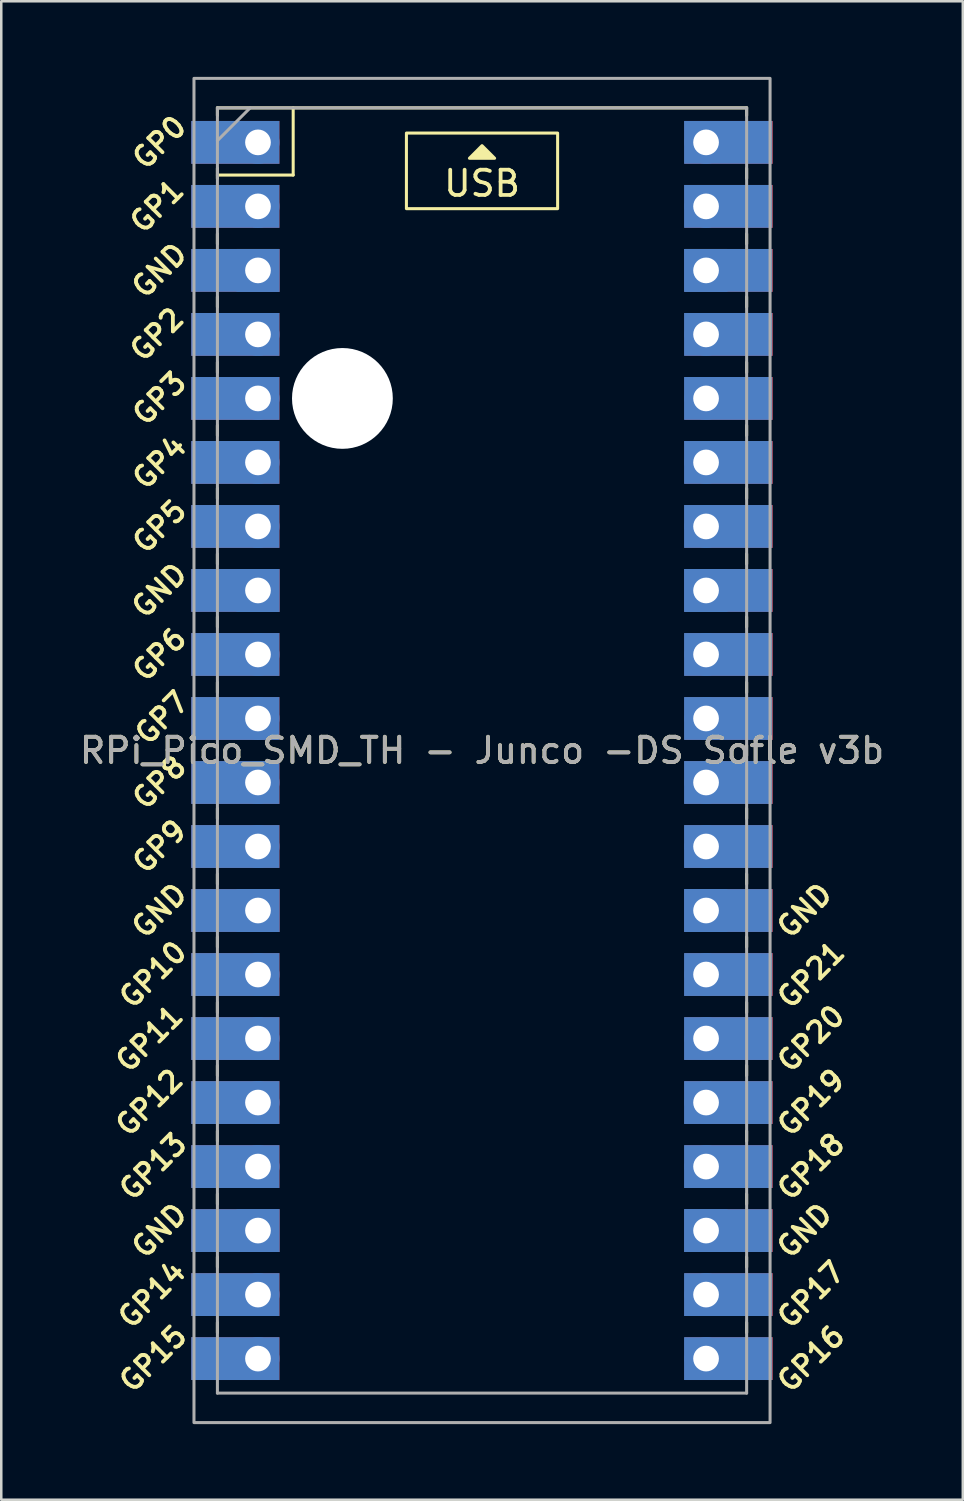
<source format=kicad_pcb>
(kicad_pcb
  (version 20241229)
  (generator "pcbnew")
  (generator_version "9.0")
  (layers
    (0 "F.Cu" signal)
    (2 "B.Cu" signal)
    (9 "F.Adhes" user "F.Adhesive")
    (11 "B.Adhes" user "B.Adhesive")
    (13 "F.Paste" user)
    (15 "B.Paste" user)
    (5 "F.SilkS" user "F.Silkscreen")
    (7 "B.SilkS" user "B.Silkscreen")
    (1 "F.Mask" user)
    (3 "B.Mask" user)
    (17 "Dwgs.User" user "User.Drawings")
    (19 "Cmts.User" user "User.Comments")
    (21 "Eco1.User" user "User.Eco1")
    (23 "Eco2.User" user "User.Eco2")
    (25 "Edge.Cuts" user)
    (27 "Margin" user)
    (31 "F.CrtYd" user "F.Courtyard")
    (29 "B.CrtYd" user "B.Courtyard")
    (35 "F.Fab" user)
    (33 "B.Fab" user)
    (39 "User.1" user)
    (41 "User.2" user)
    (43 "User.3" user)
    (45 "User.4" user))
  (footprint "RPi_Pico_SMD_TH - Junco -DS Sofle v3b"
    (layer "F.Cu")
    (at 16.077 26.73)
    (property "Reference" "RPi_Pico_SMD_TH - Junco -DS Sofle v3b" (at 0 0 0) (layer "F.SilkS") (effects (font (size 1 1) (thickness 0.15))))
    (attr through_hole)
    (fp_line (start -10.5 -25.5) (end -10.5 -25.2) (stroke (width 0.12) (type solid)) (layer "F.SilkS"))
    (fp_line (start -10.5 -25.5) (end 10.5 -25.5) (stroke (width 0.12) (type solid)) (layer "F.SilkS"))
    (fp_line (start -10.5 -23.1) (end -10.5 -22.7) (stroke (width 0.12) (type solid)) (layer "F.SilkS"))
    (fp_line (start -10.5 -22.833) (end -7.493 -22.833) (stroke (width 0.12) (type solid)) (layer "F.SilkS"))
    (fp_line (start -10.5 -20.5) (end -10.5 -20.1) (stroke (width 0.12) (type solid)) (layer "F.SilkS"))
    (fp_line (start -10.5 -18) (end -10.5 -17.6) (stroke (width 0.12) (type solid)) (layer "F.SilkS"))
    (fp_line (start -10.5 -15.4) (end -10.5 -15) (stroke (width 0.12) (type solid)) (layer "F.SilkS"))
    (fp_line (start -10.5 -12.9) (end -10.5 -12.5) (stroke (width 0.12) (type solid)) (layer "F.SilkS"))
    (fp_line (start -10.5 -10.4) (end -10.5 -10) (stroke (width 0.12) (type solid)) (layer "F.SilkS"))
    (fp_line (start -10.5 -7.8) (end -10.5 -7.4) (stroke (width 0.12) (type solid)) (layer "F.SilkS"))
    (fp_line (start -10.5 -5.3) (end -10.5 -4.9) (stroke (width 0.12) (type solid)) (layer "F.SilkS"))
    (fp_line (start -10.5 -2.7) (end -10.5 -2.3) (stroke (width 0.12) (type solid)) (layer "F.SilkS"))
    (fp_line (start -10.5 -0.2) (end -10.5 0.2) (stroke (width 0.12) (type solid)) (layer "F.SilkS"))
    (fp_line (start -10.5 2.3) (end -10.5 2.7) (stroke (width 0.12) (type solid)) (layer "F.SilkS"))
    (fp_line (start -10.5 4.9) (end -10.5 5.3) (stroke (width 0.12) (type solid)) (layer "F.SilkS"))
    (fp_line (start -10.5 7.4) (end -10.5 7.8) (stroke (width 0.12) (type solid)) (layer "F.SilkS"))
    (fp_line (start -10.5 10) (end -10.5 10.4) (stroke (width 0.12) (type solid)) (layer "F.SilkS"))
    (fp_line (start -10.5 12.5) (end -10.5 12.9) (stroke (width 0.12) (type solid)) (layer "F.SilkS"))
    (fp_line (start -10.5 15.1) (end -10.5 15.5) (stroke (width 0.12) (type solid)) (layer "F.SilkS"))
    (fp_line (start -10.5 17.6) (end -10.5 18) (stroke (width 0.12) (type solid)) (layer "F.SilkS"))
    (fp_line (start -10.5 20.1) (end -10.5 20.5) (stroke (width 0.12) (type solid)) (layer "F.SilkS"))
    (fp_line (start -10.5 22.7) (end -10.5 23.1) (stroke (width 0.12) (type solid)) (layer "F.SilkS"))
    (fp_line (start -7.493 -22.833) (end -7.493 -25.5) (stroke (width 0.12) (type solid)) (layer "F.SilkS"))
    (fp_line (start 10.5 -25.5) (end 10.5 -25.2) (stroke (width 0.12) (type solid)) (layer "F.SilkS"))
    (fp_line (start 10.5 -23.1) (end 10.5 -22.7) (stroke (width 0.12) (type solid)) (layer "F.SilkS"))
    (fp_line (start 10.5 -20.5) (end 10.5 -20.1) (stroke (width 0.12) (type solid)) (layer "F.SilkS"))
    (fp_line (start 10.5 -18) (end 10.5 -17.6) (stroke (width 0.12) (type solid)) (layer "F.SilkS"))
    (fp_line (start 10.5 -15.4) (end 10.5 -15) (stroke (width 0.12) (type solid)) (layer "F.SilkS"))
    (fp_line (start 10.5 -12.9) (end 10.5 -12.5) (stroke (width 0.12) (type solid)) (layer "F.SilkS"))
    (fp_line (start 10.5 -10.4) (end 10.5 -10) (stroke (width 0.12) (type solid)) (layer "F.SilkS"))
    (fp_line (start 10.5 -7.8) (end 10.5 -7.4) (stroke (width 0.12) (type solid)) (layer "F.SilkS"))
    (fp_line (start 10.5 -5.3) (end 10.5 -4.9) (stroke (width 0.12) (type solid)) (layer "F.SilkS"))
    (fp_line (start 10.5 -2.7) (end 10.5 -2.3) (stroke (width 0.12) (type solid)) (layer "F.SilkS"))
    (fp_line (start 10.5 -0.2) (end 10.5 0.2) (stroke (width 0.12) (type solid)) (layer "F.SilkS"))
    (fp_line (start 10.5 2.3) (end 10.5 2.7) (stroke (width 0.12) (type solid)) (layer "F.SilkS"))
    (fp_line (start 10.5 4.9) (end 10.5 5.3) (stroke (width 0.12) (type solid)) (layer "F.SilkS"))
    (fp_line (start 10.5 7.4) (end 10.5 7.8) (stroke (width 0.12) (type solid)) (layer "F.SilkS"))
    (fp_line (start 10.5 10) (end 10.5 10.4) (stroke (width 0.12) (type solid)) (layer "F.SilkS"))
    (fp_line (start 10.5 12.5) (end 10.5 12.9) (stroke (width 0.12) (type solid)) (layer "F.SilkS"))
    (fp_line (start 10.5 15.1) (end 10.5 15.5) (stroke (width 0.12) (type solid)) (layer "F.SilkS"))
    (fp_line (start 10.5 17.6) (end 10.5 18) (stroke (width 0.12) (type solid)) (layer "F.SilkS"))
    (fp_line (start 10.5 20.1) (end 10.5 20.5) (stroke (width 0.12) (type solid)) (layer "F.SilkS"))
    (fp_line (start 10.5 22.7) (end 10.5 23.1) (stroke (width 0.12) (type solid)) (layer "F.SilkS"))
    (fp_rect (start -3 -24.5) (end 3 -21.5) (stroke (width 0.12) (type solid)) (fill no) (layer "F.SilkS"))
    (fp_poly (pts (xy 0.5 -23.5) (xy -0.5 -23.5) (xy 0 -24)) (stroke (width 0.12) (type solid)) (fill yes) (layer "F.SilkS"))
    (fp_line (start -10.5 -25.5) (end 10.5 -25.5) (stroke (width 0.12) (type solid)) (layer "F.Fab"))
    (fp_line (start -10.5 -24.2) (end -9.2 -25.5) (stroke (width 0.12) (type solid)) (layer "F.Fab"))
    (fp_line (start -10.5 25.5) (end -10.5 -25.5) (stroke (width 0.12) (type solid)) (layer "F.Fab"))
    (fp_line (start 10.5 -25.5) (end 10.5 25.5) (stroke (width 0.12) (type solid)) (layer "F.Fab"))
    (fp_line (start 10.5 25.5) (end -10.5 25.5) (stroke (width 0.12) (type solid)) (layer "F.Fab"))
    (fp_rect (start -11.43 -26.67) (end 11.43 26.67) (stroke (width 0.12) (type solid)) (fill no) (layer "F.Fab"))
    (fp_text user "GP9" (at -12.8 3.81 45) (layer "F.SilkS") (effects (font (size 0.8 0.8) (thickness 0.15))))
    (fp_text user "GP8" (at -12.8 1.27 45) (layer "F.SilkS") (effects (font (size 0.8 0.8) (thickness 0.15))))
    (fp_text user "GND" (at -12.8 19.05 45) (layer "F.SilkS") (effects (font (size 0.8 0.8) (thickness 0.15))))
    (fp_text user "GP2" (at -12.9 -16.51 45) (layer "F.SilkS") (effects (font (size 0.8 0.8) (thickness 0.15))))
    (fp_text user "GP14" (at -13.1 21.59 45) (layer "F.SilkS") (effects (font (size 0.8 0.8) (thickness 0.15))))
    (fp_text user "GP4" (at -12.8 -11.43 45) (layer "F.SilkS") (effects (font (size 0.8 0.8) (thickness 0.15))))
    (fp_text user "GP21" (at 13.054 8.9 45) (layer "F.SilkS") (effects (font (size 0.8 0.8) (thickness 0.15))))
    (fp_text user "GP12" (at -13.2 13.97 45) (layer "F.SilkS") (effects (font (size 0.8 0.8) (thickness 0.15))))
    (fp_text user "GND" (at 12.8 6.35 45) (layer "F.SilkS") (effects (font (size 0.8 0.8) (thickness 0.15))))
    (fp_text user "GP13" (at -13.054 16.51 45) (layer "F.SilkS") (effects (font (size 0.8 0.8) (thickness 0.15))))
    (fp_text user "GP10" (at -13.054 8.89 45) (layer "F.SilkS") (effects (font (size 0.8 0.8) (thickness 0.15))))
    (fp_text user "GP11" (at -13.2 11.43 45) (layer "F.SilkS") (effects (font (size 0.8 0.8) (thickness 0.15))))
    (fp_text user "GP20" (at 13.054 11.43 45) (layer "F.SilkS") (effects (font (size 0.8 0.8) (thickness 0.15))))
    (fp_text user "GP6" (at -12.8 -3.81 45) (layer "F.SilkS") (effects (font (size 0.8 0.8) (thickness 0.15))))
    (fp_text user "GP18" (at 13.054 16.51 45) (layer "F.SilkS") (effects (font (size 0.8 0.8) (thickness 0.15))))
    (fp_text user "GND" (at -12.8 6.35 45) (layer "F.SilkS") (effects (font (size 0.8 0.8) (thickness 0.15))))
    (fp_text user "GP17" (at 13.054 21.59 45) (layer "F.SilkS") (effects (font (size 0.8 0.8) (thickness 0.15))))
    (fp_text user "USB" (at 0 -22.5 0) (unlocked yes) (layer "F.SilkS") (effects (font (size 1 1) (thickness 0.15))))
    (fp_text user "GP3" (at -12.8 -13.97 45) (layer "F.SilkS") (effects (font (size 0.8 0.8) (thickness 0.15))))
    (fp_text user "GND" (at -12.8 -19.05 45) (layer "F.SilkS") (effects (font (size 0.8 0.8) (thickness 0.15))))
    (fp_text user "GP1" (at -12.9 -21.6 45) (layer "F.SilkS") (effects (font (size 0.8 0.8) (thickness 0.15))))
    (fp_text user "GP7" (at -12.7 -1.3 45) (layer "F.SilkS") (effects (font (size 0.8 0.8) (thickness 0.15))))
    (fp_text user "GP0" (at -12.8 -24.13 45) (layer "F.SilkS") (effects (font (size 0.8 0.8) (thickness 0.15))))
    (fp_text user "GP16" (at 13.054 24.13 45) (layer "F.SilkS") (effects (font (size 0.8 0.8) (thickness 0.15))))
    (fp_text user "GP19" (at 13.054 13.97 45) (layer "F.SilkS") (effects (font (size 0.8 0.8) (thickness 0.15))))
    (fp_text user "GP5" (at -12.8 -8.89 45) (layer "F.SilkS") (effects (font (size 0.8 0.8) (thickness 0.15))))
    (fp_text user "GND" (at 12.8 19.05 45) (layer "F.SilkS") (effects (font (size 0.8 0.8) (thickness 0.15))))
    (fp_text user "GP15" (at -13.054 24.13 45) (layer "F.SilkS") (effects (font (size 0.8 0.8) (thickness 0.15))))
    (fp_text user "GND" (at -12.8 -6.35 45) (layer "F.SilkS") (effects (font (size 0.8 0.8) (thickness 0.15))))
    (fp_text user "${REFERENCE}" (at 0 0 180) (layer "F.Fab") (effects (font (size 1 1) (thickness 0.15))))
    (pad "" np_thru_hole circle (at -5.54 -13.97) (size 4 4) (drill 4) (layers "*.Cu" "*.Mask"))
    (pad "1" smd rect (at -10.69 -24.13) (size 3.5 1.7) (drill (offset 0.9 0)) (layers "B.Cu" "B.Mask"))
    (pad "1" thru_hole oval (at -8.89 -24.13) (size 1.7 1.7) (drill 1.02) (layers "*.Cu" "*.Mask"))
    (pad "1" smd rect (at -8.89 -24.13) (size 3.5 1.7) (drill (offset -0.9 0)) (layers "F.Cu" "F.Mask"))
    (pad "2" smd rect (at -10.69 -21.59) (size 3.5 1.7) (drill (offset 0.9 0)) (layers "B.Cu" "B.Mask"))
    (pad "2" thru_hole oval (at -8.89 -21.59) (size 1.7 1.7) (drill 1.02) (layers "*.Cu" "*.Mask"))
    (pad "2" smd rect (at -8.89 -21.59) (size 3.5 1.7) (drill (offset -0.9 0)) (layers "F.Cu" "F.Mask"))
    (pad "3" smd rect (at -10.69 -19.05) (size 3.5 1.7) (drill (offset 0.9 0)) (layers "B.Cu" "B.Mask"))
    (pad "3" thru_hole rect (at -8.89 -19.05) (size 1.7 1.7) (drill 1.02) (layers "*.Cu" "*.Mask"))
    (pad "3" smd rect (at -8.89 -19.05) (size 3.5 1.7) (drill (offset -0.9 0)) (layers "F.Cu" "F.Mask"))
    (pad "4" smd rect (at -10.69 -16.51) (size 3.5 1.7) (drill (offset 0.9 0)) (layers "B.Cu" "B.Mask"))
    (pad "4" thru_hole oval (at -8.89 -16.51) (size 1.7 1.7) (drill 1.02) (layers "*.Cu" "*.Mask"))
    (pad "4" smd rect (at -8.89 -16.51) (size 3.5 1.7) (drill (offset -0.9 0)) (layers "F.Cu" "F.Mask"))
    (pad "5" smd rect (at -10.69 -13.97) (size 3.5 1.7) (drill (offset 0.9 0)) (layers "B.Cu" "B.Mask"))
    (pad "5" thru_hole oval (at -8.89 -13.97) (size 1.7 1.7) (drill 1.02) (layers "*.Cu" "*.Mask"))
    (pad "5" smd rect (at -8.89 -13.97) (size 3.5 1.7) (drill (offset -0.9 0)) (layers "F.Cu" "F.Mask"))
    (pad "6" smd rect (at -10.69 -11.43) (size 3.5 1.7) (drill (offset 0.9 0)) (layers "B.Cu" "B.Mask"))
    (pad "6" thru_hole oval (at -8.89 -11.43) (size 1.7 1.7) (drill 1.02) (layers "*.Cu" "*.Mask"))
    (pad "6" smd rect (at -8.89 -11.43) (size 3.5 1.7) (drill (offset -0.9 0)) (layers "F.Cu" "F.Mask"))
    (pad "7" smd rect (at -10.69 -8.89) (size 3.5 1.7) (drill (offset 0.9 0)) (layers "B.Cu" "B.Mask"))
    (pad "7" thru_hole oval (at -8.89 -8.89) (size 1.7 1.7) (drill 1.02) (layers "*.Cu" "*.Mask"))
    (pad "7" smd rect (at -8.89 -8.89) (size 3.5 1.7) (drill (offset -0.9 0)) (layers "F.Cu" "F.Mask"))
    (pad "8" smd rect (at -10.69 -6.35) (size 3.5 1.7) (drill (offset 0.9 0)) (layers "B.Cu" "B.Mask"))
    (pad "8" thru_hole rect (at -8.89 -6.35) (size 1.7 1.7) (drill 1.02) (layers "*.Cu" "*.Mask"))
    (pad "8" smd rect (at -8.89 -6.35) (size 3.5 1.7) (drill (offset -0.9 0)) (layers "F.Cu" "F.Mask"))
    (pad "9" smd rect (at -10.69 -3.81) (size 3.5 1.7) (drill (offset 0.9 0)) (layers "B.Cu" "B.Mask"))
    (pad "9" thru_hole oval (at -8.89 -3.81) (size 1.7 1.7) (drill 1.02) (layers "*.Cu" "*.Mask"))
    (pad "9" smd rect (at -8.89 -3.81) (size 3.5 1.7) (drill (offset -0.9 0)) (layers "F.Cu" "F.Mask"))
    (pad "10" smd rect (at -10.69 -1.27) (size 3.5 1.7) (drill (offset 0.9 0)) (layers "B.Cu" "B.Mask"))
    (pad "10" thru_hole oval (at -8.89 -1.27) (size 1.7 1.7) (drill 1.02) (layers "*.Cu" "*.Mask"))
    (pad "10" smd rect (at -8.89 -1.27) (size 3.5 1.7) (drill (offset -0.9 0)) (layers "F.Cu" "F.Mask"))
    (pad "11" smd rect (at -10.69 1.27) (size 3.5 1.7) (drill (offset 0.9 0)) (layers "B.Cu" "B.Mask"))
    (pad "11" thru_hole oval (at -8.89 1.27) (size 1.7 1.7) (drill 1.02) (layers "*.Cu" "*.Mask"))
    (pad "11" smd rect (at -8.89 1.27) (size 3.5 1.7) (drill (offset -0.9 0)) (layers "F.Cu" "F.Mask"))
    (pad "12" smd rect (at -10.69 3.81) (size 3.5 1.7) (drill (offset 0.9 0)) (layers "B.Cu" "B.Mask"))
    (pad "12" thru_hole oval (at -8.89 3.81) (size 1.7 1.7) (drill 1.02) (layers "*.Cu" "*.Mask"))
    (pad "12" smd rect (at -8.89 3.81) (size 3.5 1.7) (drill (offset -0.9 0)) (layers "F.Cu" "F.Mask"))
    (pad "13" smd rect (at -10.69 6.35) (size 3.5 1.7) (drill (offset 0.9 0)) (layers "B.Cu" "B.Mask"))
    (pad "13" thru_hole rect (at -8.89 6.35) (size 1.7 1.7) (drill 1.02) (layers "*.Cu" "*.Mask"))
    (pad "13" smd rect (at -8.89 6.35) (size 3.5 1.7) (drill (offset -0.9 0)) (layers "F.Cu" "F.Mask"))
    (pad "14" smd rect (at -10.69 8.89) (size 3.5 1.7) (drill (offset 0.9 0)) (layers "B.Cu" "B.Mask"))
    (pad "14" thru_hole oval (at -8.89 8.89) (size 1.7 1.7) (drill 1.02) (layers "*.Cu" "*.Mask"))
    (pad "14" smd rect (at -8.89 8.89) (size 3.5 1.7) (drill (offset -0.9 0)) (layers "F.Cu" "F.Mask"))
    (pad "15" smd rect (at -10.69 11.43) (size 3.5 1.7) (drill (offset 0.9 0)) (layers "B.Cu" "B.Mask"))
    (pad "15" thru_hole oval (at -8.89 11.43) (size 1.7 1.7) (drill 1.02) (layers "*.Cu" "*.Mask"))
    (pad "15" smd rect (at -8.89 11.43) (size 3.5 1.7) (drill (offset -0.9 0)) (layers "F.Cu" "F.Mask"))
    (pad "16" smd rect (at -10.69 13.97) (size 3.5 1.7) (drill (offset 0.9 0)) (layers "B.Cu" "B.Mask"))
    (pad "16" thru_hole oval (at -8.89 13.97) (size 1.7 1.7) (drill 1.02) (layers "*.Cu" "*.Mask"))
    (pad "16" smd rect (at -8.89 13.97) (size 3.5 1.7) (drill (offset -0.9 0)) (layers "F.Cu" "F.Mask"))
    (pad "17" smd rect (at -10.69 16.51) (size 3.5 1.7) (drill (offset 0.9 0)) (layers "B.Cu" "B.Mask"))
    (pad "17" thru_hole oval (at -8.89 16.51) (size 1.7 1.7) (drill 1.02) (layers "*.Cu" "*.Mask"))
    (pad "17" smd rect (at -8.89 16.51) (size 3.5 1.7) (drill (offset -0.9 0)) (layers "F.Cu" "F.Mask"))
    (pad "18" smd rect (at -10.69 19.05) (size 3.5 1.7) (drill (offset 0.9 0)) (layers "B.Cu" "B.Mask"))
    (pad "18" thru_hole rect (at -8.89 19.05) (size 1.7 1.7) (drill 1.02) (layers "*.Cu" "*.Mask"))
    (pad "18" smd rect (at -8.89 19.05) (size 3.5 1.7) (drill (offset -0.9 0)) (layers "F.Cu" "F.Mask"))
    (pad "19" smd rect (at -10.69 21.59) (size 3.5 1.7) (drill (offset 0.9 0)) (layers "B.Cu" "B.Mask"))
    (pad "19" thru_hole oval (at -8.89 21.59) (size 1.7 1.7) (drill 1.02) (layers "*.Cu" "*.Mask"))
    (pad "19" smd rect (at -8.89 21.59) (size 3.5 1.7) (drill (offset -0.9 0)) (layers "F.Cu" "F.Mask"))
    (pad "20" smd rect (at -10.69 24.13) (size 3.5 1.7) (drill (offset 0.9 0)) (layers "B.Cu" "B.Mask"))
    (pad "20" thru_hole oval (at -8.89 24.13) (size 1.7 1.7) (drill 1.02) (layers "*.Cu" "*.Mask"))
    (pad "20" smd rect (at -8.89 24.13) (size 3.5 1.7) (drill (offset -0.9 0)) (layers "F.Cu" "F.Mask"))
    (pad "21" thru_hole oval (at 8.89 24.13) (size 1.7 1.7) (drill 1.02) (layers "*.Cu" "*.Mask"))
    (pad "21" smd rect (at 8.89 24.13) (size 3.5 1.7) (drill (offset 0.9 0)) (layers "F.Cu" "F.Mask"))
    (pad "21" smd rect (at 10.668 24.13) (size 3.5 1.7) (drill (offset -0.9 0)) (layers "B.Cu" "B.Mask"))
    (pad "22" thru_hole oval (at 8.89 21.59) (size 1.7 1.7) (drill 1.02) (layers "*.Cu" "*.Mask"))
    (pad "22" smd rect (at 8.89 21.59) (size 3.5 1.7) (drill (offset 0.9 0)) (layers "F.Cu" "F.Mask"))
    (pad "22" smd rect (at 10.668 21.59) (size 3.5 1.7) (drill (offset -0.9 0)) (layers "B.Cu" "B.Mask"))
    (pad "23" thru_hole rect (at 8.89 19.05) (size 1.7 1.7) (drill 1.02) (layers "*.Cu" "*.Mask"))
    (pad "23" smd rect (at 8.89 19.05) (size 3.5 1.7) (drill (offset 0.9 0)) (layers "F.Cu" "F.Mask"))
    (pad "23" smd rect (at 10.668 19.05) (size 3.5 1.7) (drill (offset -0.9 0)) (layers "B.Cu" "B.Mask"))
    (pad "24" thru_hole oval (at 8.89 16.51) (size 1.7 1.7) (drill 1.02) (layers "*.Cu" "*.Mask"))
    (pad "24" smd rect (at 8.89 16.51) (size 3.5 1.7) (drill (offset 0.9 0)) (layers "F.Cu" "F.Mask"))
    (pad "24" smd rect (at 10.668 16.51) (size 3.5 1.7) (drill (offset -0.9 0)) (layers "B.Cu" "B.Mask"))
    (pad "25" thru_hole oval (at 8.89 13.97) (size 1.7 1.7) (drill 1.02) (layers "*.Cu" "*.Mask"))
    (pad "25" smd rect (at 8.89 13.97) (size 3.5 1.7) (drill (offset 0.9 0)) (layers "F.Cu" "F.Mask"))
    (pad "25" smd rect (at 10.668 13.97) (size 3.5 1.7) (drill (offset -0.9 0)) (layers "B.Cu" "B.Mask"))
    (pad "26" thru_hole oval (at 8.89 11.43) (size 1.7 1.7) (drill 1.02) (layers "*.Cu" "*.Mask"))
    (pad "26" smd rect (at 8.89 11.43) (size 3.5 1.7) (drill (offset 0.9 0)) (layers "F.Cu" "F.Mask"))
    (pad "26" smd rect (at 10.668 11.43) (size 3.5 1.7) (drill (offset -0.9 0)) (layers "B.Cu" "B.Mask"))
    (pad "27" thru_hole oval (at 8.89 8.89) (size 1.7 1.7) (drill 1.02) (layers "*.Cu" "*.Mask"))
    (pad "27" smd rect (at 8.89 8.89) (size 3.5 1.7) (drill (offset 0.9 0)) (layers "F.Cu" "F.Mask"))
    (pad "27" smd rect (at 10.668 8.89) (size 3.5 1.7) (drill (offset -0.9 0)) (layers "B.Cu" "B.Mask"))
    (pad "28" thru_hole rect (at 8.89 6.35) (size 1.7 1.7) (drill 1.02) (layers "*.Cu" "*.Mask"))
    (pad "28" smd rect (at 8.89 6.35) (size 3.5 1.7) (drill (offset 0.9 0)) (layers "F.Cu" "F.Mask"))
    (pad "28" smd rect (at 10.668 6.35) (size 3.5 1.7) (drill (offset -0.9 0)) (layers "B.Cu" "B.Mask"))
    (pad "29" thru_hole oval (at 8.89 3.81) (size 1.7 1.7) (drill 1.02) (layers "*.Cu" "*.Mask"))
    (pad "29" smd rect (at 8.89 3.81) (size 3.5 1.7) (drill (offset 0.9 0)) (layers "F.Cu" "F.Mask"))
    (pad "29" smd rect (at 10.668 3.81) (size 3.5 1.7) (drill (offset -0.9 0)) (layers "B.Cu" "B.Mask"))
    (pad "30" thru_hole oval (at 8.89 1.27) (size 1.7 1.7) (drill 1.02) (layers "*.Cu" "*.Mask"))
    (pad "30" smd rect (at 8.89 1.27) (size 3.5 1.7) (drill (offset 0.9 0)) (layers "F.Cu" "F.Mask"))
    (pad "30" smd rect (at 10.668 1.27) (size 3.5 1.7) (drill (offset -0.9 0)) (layers "B.Cu" "B.Mask"))
    (pad "31" thru_hole oval (at 8.89 -1.27) (size 1.7 1.7) (drill 1.02) (layers "*.Cu" "*.Mask"))
    (pad "31" smd rect (at 8.89 -1.27) (size 3.5 1.7) (drill (offset 0.9 0)) (layers "F.Cu" "F.Mask"))
    (pad "31" smd rect (at 10.668 -1.27) (size 3.5 1.7) (drill (offset -0.9 0)) (layers "B.Cu" "B.Mask"))
    (pad "32" thru_hole oval (at 8.89 -3.81) (size 1.7 1.7) (drill 1.02) (layers "*.Cu" "*.Mask"))
    (pad "32" smd rect (at 8.89 -3.81) (size 3.5 1.7) (drill (offset 0.9 0)) (layers "F.Cu" "F.Mask"))
    (pad "32" smd rect (at 10.668 -3.81) (size 3.5 1.7) (drill (offset -0.9 0)) (layers "B.Cu" "B.Mask"))
    (pad "33" thru_hole rect (at 8.89 -6.35) (size 1.7 1.7) (drill 1.02) (layers "*.Cu" "*.Mask"))
    (pad "33" smd rect (at 8.89 -6.35) (size 3.5 1.7) (drill (offset 0.9 0)) (layers "F.Cu" "F.Mask"))
    (pad "33" smd rect (at 10.668 -6.35) (size 3.5 1.7) (drill (offset -0.9 0)) (layers "B.Cu" "B.Mask"))
    (pad "34" thru_hole oval (at 8.89 -8.89) (size 1.7 1.7) (drill 1.02) (layers "*.Cu" "*.Mask"))
    (pad "34" smd rect (at 8.89 -8.89) (size 3.5 1.7) (drill (offset 0.9 0)) (layers "F.Cu" "F.Mask"))
    (pad "34" smd rect (at 10.668 -8.89) (size 3.5 1.7) (drill (offset -0.9 0)) (layers "B.Cu" "B.Mask"))
    (pad "35" thru_hole oval (at 8.89 -11.43) (size 1.7 1.7) (drill 1.02) (layers "*.Cu" "*.Mask"))
    (pad "35" smd rect (at 8.89 -11.43) (size 3.5 1.7) (drill (offset 0.9 0)) (layers "F.Cu" "F.Mask"))
    (pad "35" smd rect (at 10.668 -11.43) (size 3.5 1.7) (drill (offset -0.9 0)) (layers "B.Cu" "B.Mask"))
    (pad "36" thru_hole oval (at 8.89 -13.97) (size 1.7 1.7) (drill 1.02) (layers "*.Cu" "*.Mask"))
    (pad "36" smd rect (at 8.89 -13.97) (size 3.5 1.7) (drill (offset 0.9 0)) (layers "F.Cu" "F.Mask"))
    (pad "36" smd rect (at 10.668 -13.97) (size 3.5 1.7) (drill (offset -0.9 0)) (layers "B.Cu" "B.Mask"))
    (pad "37" thru_hole oval (at 8.89 -16.51) (size 1.7 1.7) (drill 1.02) (layers "*.Cu" "*.Mask"))
    (pad "37" smd rect (at 8.89 -16.51) (size 3.5 1.7) (drill (offset 0.9 0)) (layers "F.Cu" "F.Mask"))
    (pad "37" smd rect (at 10.668 -16.51) (size 3.5 1.7) (drill (offset -0.9 0)) (layers "B.Cu" "B.Mask"))
    (pad "38" thru_hole rect (at 8.89 -19.05) (size 1.7 1.7) (drill 1.02) (layers "*.Cu" "*.Mask"))
    (pad "38" smd rect (at 8.89 -19.05) (size 3.5 1.7) (drill (offset 0.9 0)) (layers "F.Cu" "F.Mask"))
    (pad "38" smd rect (at 10.668 -19.05) (size 3.5 1.7) (drill (offset -0.9 0)) (layers "B.Cu" "B.Mask"))
    (pad "39" thru_hole oval (at 8.89 -21.59) (size 1.7 1.7) (drill 1.02) (layers "*.Cu" "*.Mask"))
    (pad "39" smd rect (at 8.89 -21.59) (size 3.5 1.7) (drill (offset 0.9 0)) (layers "F.Cu" "F.Mask"))
    (pad "39" smd rect (at 10.668 -21.59) (size 3.5 1.7) (drill (offset -0.9 0)) (layers "B.Cu" "B.Mask"))
    (pad "40" thru_hole oval (at 8.89 -24.13) (size 1.7 1.7) (drill 1.02) (layers "*.Cu" "*.Mask"))
    (pad "40" smd rect (at 8.89 -24.13) (size 3.5 1.7) (drill (offset 0.9 0)) (layers "F.Cu" "F.Mask"))
    (pad "40" smd rect (at 10.668 -24.13) (size 3.5 1.7) (drill (offset -0.9 0)) (layers "B.Cu" "B.Mask")))
  (gr_rect
    (start -3 -3)
    (end 35.155 56.46)
    (stroke (width 0.1) (type default))
    (fill no)
    (layer "Edge.Cuts")))
</source>
